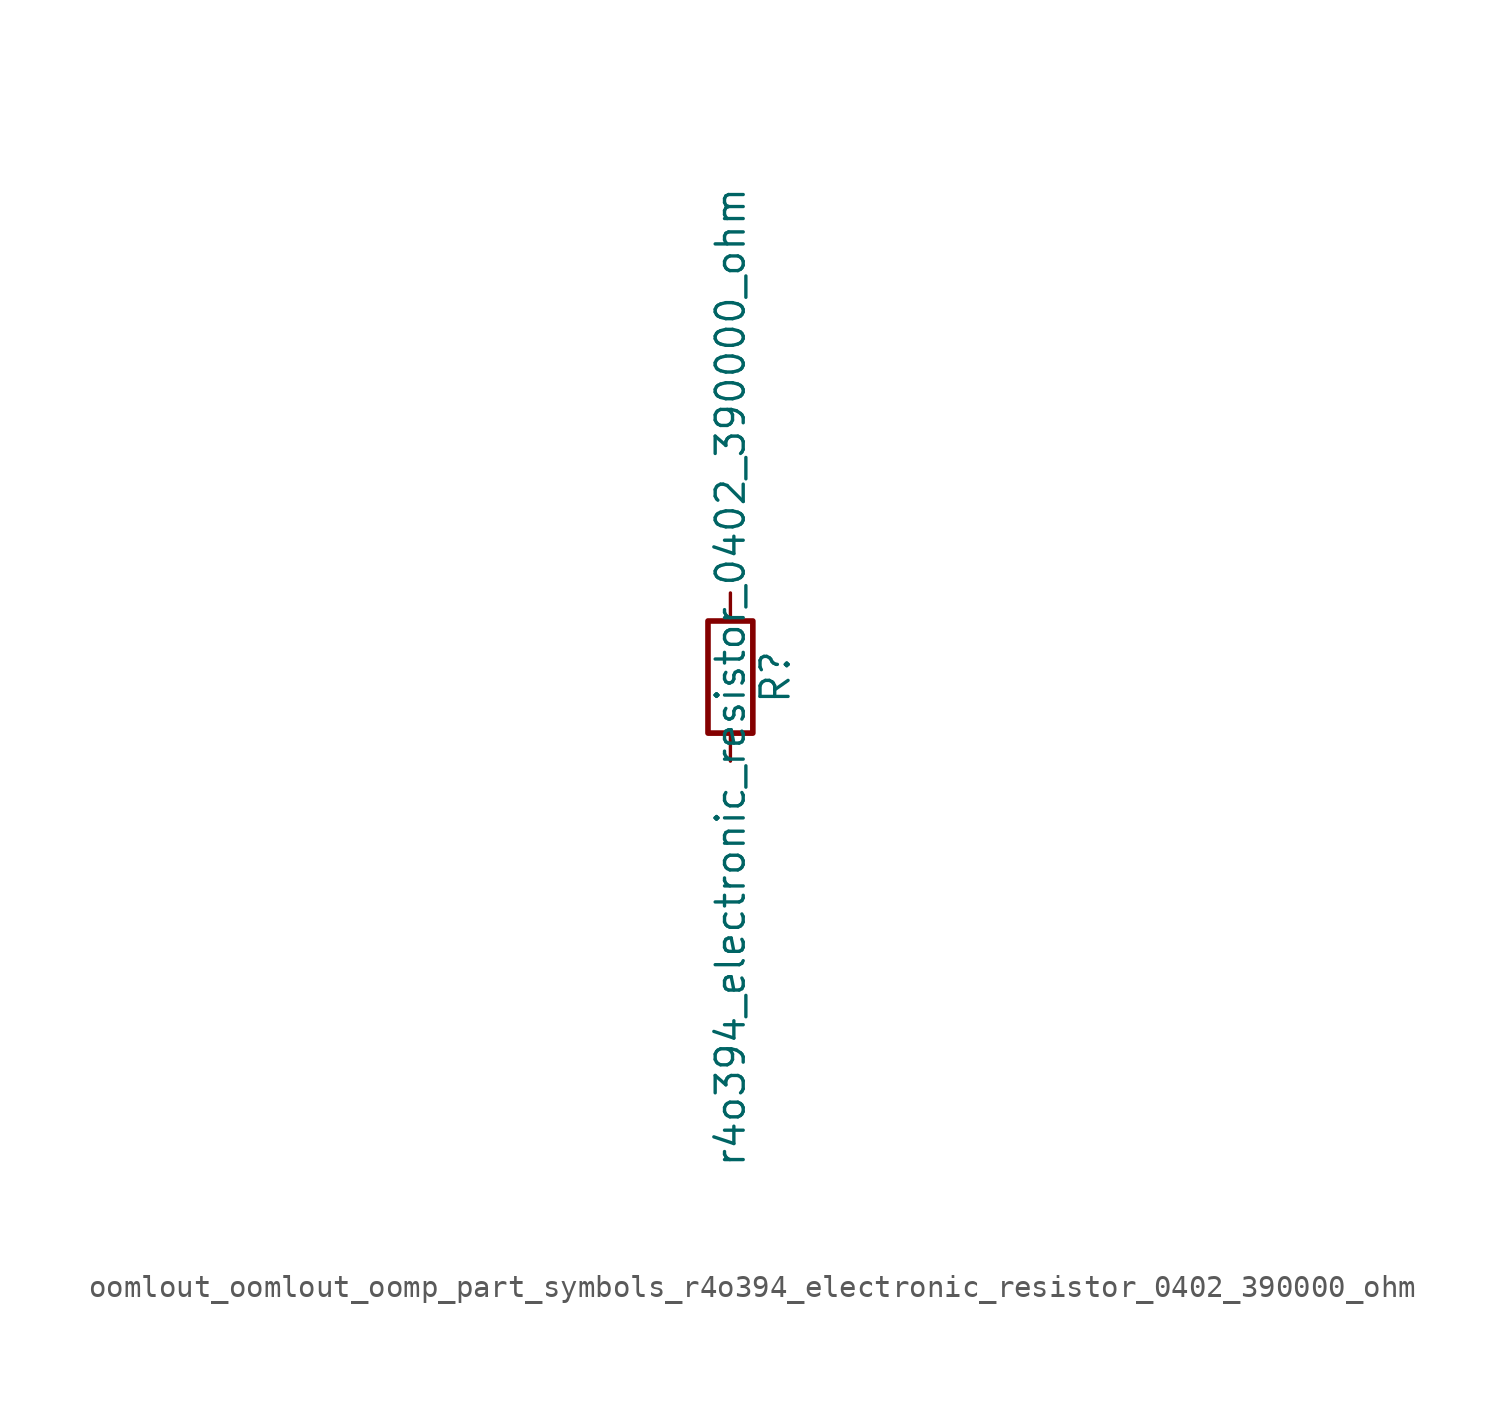
<source format=kicad_sym>
(kicad_symbol_lib
  (version 20220914)
  (generator kicad_symbol_editor)
  (symbol "oomlout_oomlout_oomp_part_symbols_r4o394_electronic_resistor_0402_390000_ohm"
    (pin_numbers hide)
    (pin_names
      (offset 0))
    (property "Reference" "R"
      (at 2.032 0 90)
      (effects (font (size 1.27 1.27))))
    (property "Value" "r4o394_electronic_resistor_0402_390000_ohm"
      (at 0 0 90)
      (effects (font (size 1.27 1.27))))
    (symbol "oomlout_oomlout_oomp_part_symbols_r4o394_electronic_resistor_0402_390000_ohm_0_1"
      (rectangle (start -1.016 -2.54) (end 1.016 2.54) (stroke (width 0.254) (type default)) (fill (type none))))
    (symbol "oomlout_oomlout_oomp_part_symbols_r4o394_electronic_resistor_0402_390000_ohm_1_1"
      (pin passive line (at 0 3.81 270) (length 1.27) (name "~" (effects (font (size 1.27 1.27)))) (number "1" (effects (font (size 1.27 1.27)))))
      (pin passive line (at 0 -3.81 90) (length 1.27) (name "~" (effects (font (size 1.27 1.27)))) (number "2" (effects (font (size 1.27 1.27))))))))
</source>
